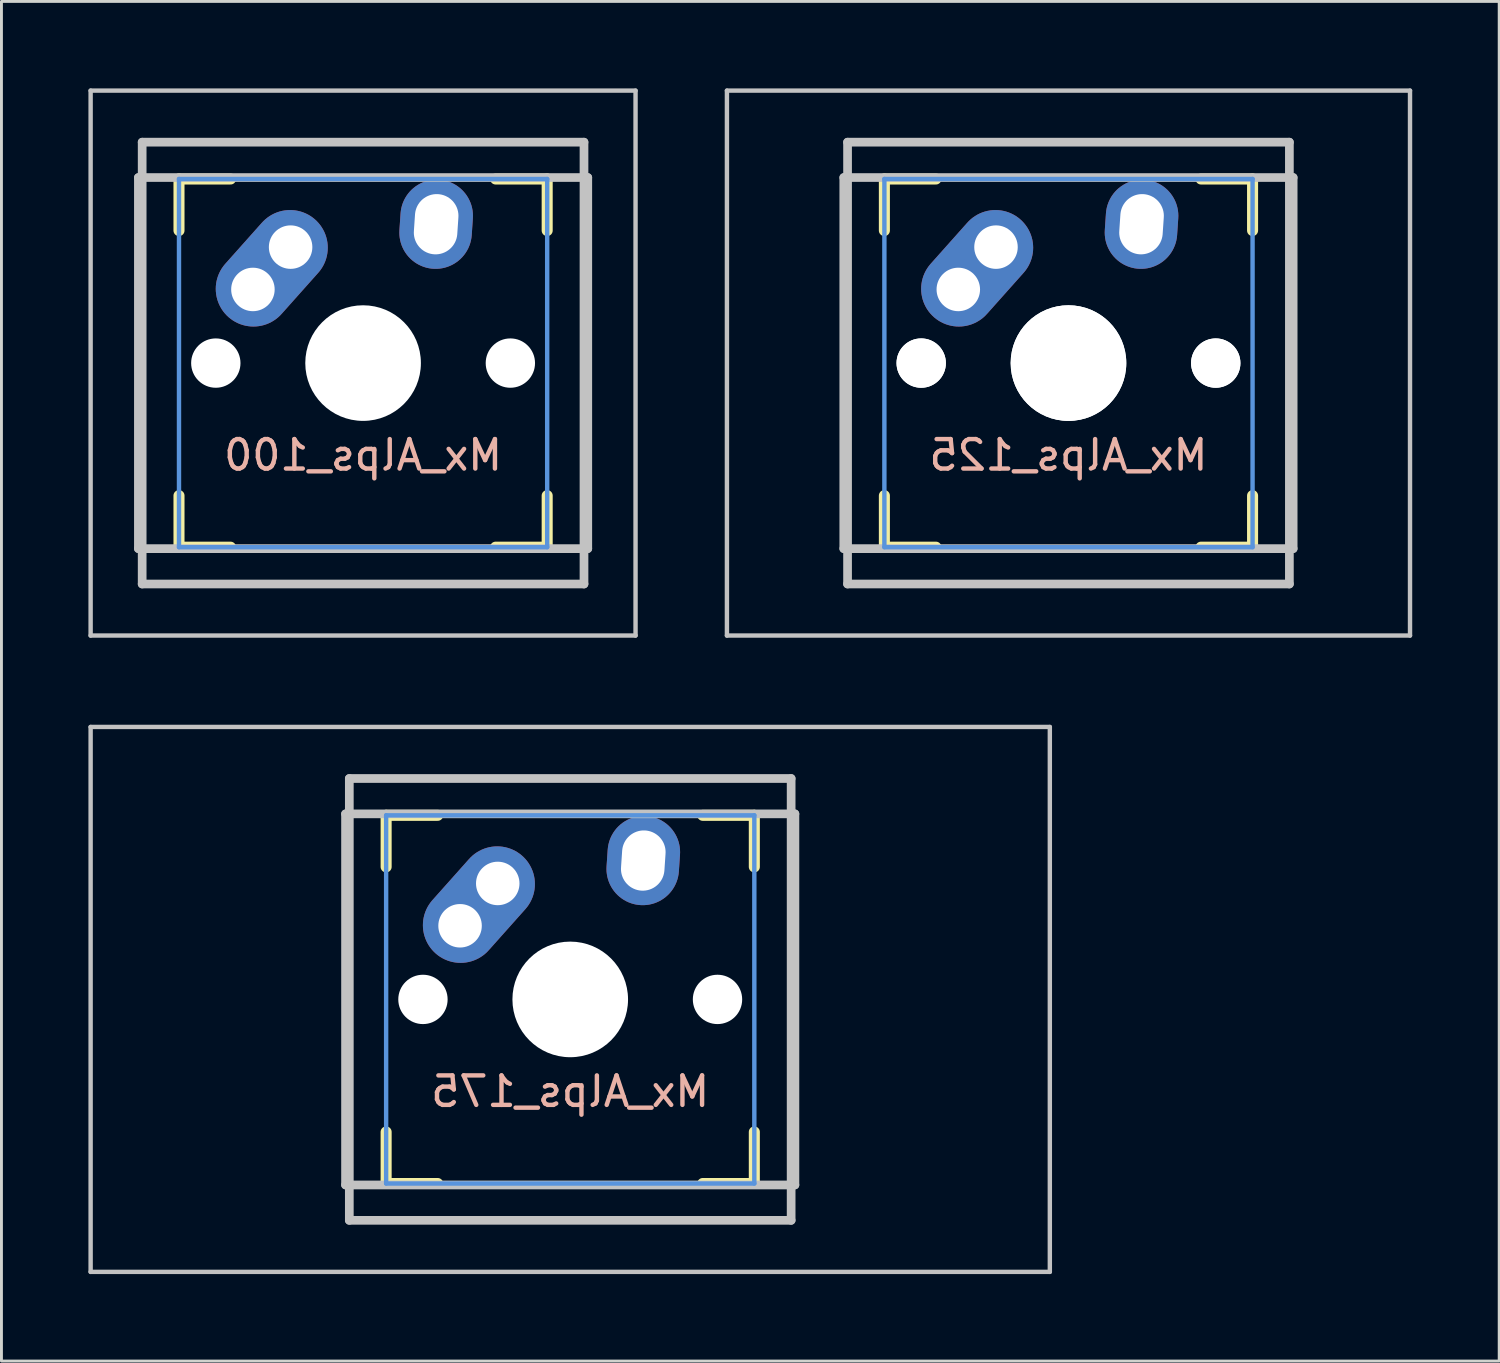
<source format=kicad_pcb>
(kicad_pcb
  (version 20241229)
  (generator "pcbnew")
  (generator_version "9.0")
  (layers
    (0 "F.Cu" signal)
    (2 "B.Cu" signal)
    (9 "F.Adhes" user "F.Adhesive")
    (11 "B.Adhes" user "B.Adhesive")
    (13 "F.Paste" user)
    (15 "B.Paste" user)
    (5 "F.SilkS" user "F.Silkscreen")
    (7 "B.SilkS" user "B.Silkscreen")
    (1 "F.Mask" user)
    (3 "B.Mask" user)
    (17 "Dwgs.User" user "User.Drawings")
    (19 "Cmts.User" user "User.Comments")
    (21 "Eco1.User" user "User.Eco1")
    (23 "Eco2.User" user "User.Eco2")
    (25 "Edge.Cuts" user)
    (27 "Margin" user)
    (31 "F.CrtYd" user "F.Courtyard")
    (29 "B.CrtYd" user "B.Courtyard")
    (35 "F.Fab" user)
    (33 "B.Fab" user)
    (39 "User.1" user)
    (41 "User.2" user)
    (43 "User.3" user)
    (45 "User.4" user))
  (footprint "Mx_Alps_175"
    (layer "F.Cu")
    (at 16.619 31.423)
    (property "Reference" "Mx_Alps_175" (at 0 3.175 0) (layer "B.SilkS") (effects (font (size 1.016 1.016) (thickness 0.152)) (justify mirror)))
    (attr through_hole)
    (fp_line (start -6.35 -6.35) (end -4.572 -6.35) (stroke (width 0.381) (type solid)) (layer "F.SilkS"))
    (fp_line (start -6.35 -4.572) (end -6.35 -6.35) (stroke (width 0.381) (type solid)) (layer "F.SilkS"))
    (fp_line (start -6.35 6.35) (end -6.35 4.572) (stroke (width 0.381) (type solid)) (layer "F.SilkS"))
    (fp_line (start -4.572 6.35) (end -6.35 6.35) (stroke (width 0.381) (type solid)) (layer "F.SilkS"))
    (fp_line (start 4.572 -6.35) (end 6.35 -6.35) (stroke (width 0.381) (type solid)) (layer "F.SilkS"))
    (fp_line (start 6.35 -6.35) (end 6.35 -4.572) (stroke (width 0.381) (type solid)) (layer "F.SilkS"))
    (fp_line (start 6.35 4.572) (end 6.35 6.35) (stroke (width 0.381) (type solid)) (layer "F.SilkS"))
    (fp_line (start 6.35 6.35) (end 4.572 6.35) (stroke (width 0.381) (type solid)) (layer "F.SilkS"))
    (fp_line (start -16.543 -9.398) (end 16.543 -9.398) (stroke (width 0.152) (type solid)) (layer "Dwgs.User"))
    (fp_line (start -16.543 9.398) (end -16.543 -9.398) (stroke (width 0.152) (type solid)) (layer "Dwgs.User"))
    (fp_line (start -7.75 6.4) (end -7.75 -6.4) (stroke (width 0.3) (type solid)) (layer "Dwgs.User"))
    (fp_line (start -7.75 6.4) (end 7.75 6.4) (stroke (width 0.3) (type solid)) (layer "Dwgs.User"))
    (fp_line (start -7.62 -7.62) (end 7.62 -7.62) (stroke (width 0.3) (type solid)) (layer "Dwgs.User"))
    (fp_line (start -7.62 7.62) (end -7.62 -7.62) (stroke (width 0.3) (type solid)) (layer "Dwgs.User"))
    (fp_line (start 7.62 -7.62) (end 7.62 7.62) (stroke (width 0.3) (type solid)) (layer "Dwgs.User"))
    (fp_line (start 7.62 7.62) (end -7.62 7.62) (stroke (width 0.3) (type solid)) (layer "Dwgs.User"))
    (fp_line (start 7.75 -6.4) (end -7.75 -6.4) (stroke (width 0.3) (type solid)) (layer "Dwgs.User"))
    (fp_line (start 7.75 6.4) (end 7.75 -6.4) (stroke (width 0.3) (type solid)) (layer "Dwgs.User"))
    (fp_line (start 16.543 -9.398) (end 16.543 9.398) (stroke (width 0.152) (type solid)) (layer "Dwgs.User"))
    (fp_line (start 16.543 9.398) (end -16.543 9.398) (stroke (width 0.152) (type solid)) (layer "Dwgs.User"))
    (fp_line (start -6.35 -6.35) (end 6.35 -6.35) (stroke (width 0.152) (type solid)) (layer "Cmts.User"))
    (fp_line (start -6.35 6.35) (end -6.35 -6.35) (stroke (width 0.152) (type solid)) (layer "Cmts.User"))
    (fp_line (start 6.35 -6.35) (end 6.35 6.35) (stroke (width 0.152) (type solid)) (layer "Cmts.User"))
    (fp_line (start 6.35 6.35) (end -6.35 6.35) (stroke (width 0.152) (type solid)) (layer "Cmts.User"))
    (fp_line (start -6.985 -6.985) (end 6.985 -6.985) (stroke (width 0.152) (type solid)) (layer "Eco2.User"))
    (fp_line (start -6.985 6.985) (end -6.985 -6.985) (stroke (width 0.152) (type solid)) (layer "Eco2.User"))
    (fp_line (start 6.985 -6.985) (end 6.985 6.985) (stroke (width 0.152) (type solid)) (layer "Eco2.User"))
    (fp_line (start 6.985 6.985) (end -6.985 6.985) (stroke (width 0.152) (type solid)) (layer "Eco2.User"))
    (pad "" np_thru_hole circle (at -5.08 0) (size 1.702 1.702) (drill 1.702) (layers "*.Cu"))
    (pad "" np_thru_hole circle (at 0 0) (size 3.988 3.988) (drill 3.988) (layers "*.Cu"))
    (pad "" np_thru_hole circle (at 5.08 0) (size 1.702 1.702) (drill 1.702) (layers "*.Cu"))
    (pad "1" thru_hole circle (at -3.8 -2.54) (size 2.377 2.377) (drill 1.5) (layers "*.Cu" "*.Mask"))
    (pad "1" smd oval (at -3.15 -3.27 48.3) (size 4.5 2.6) (layers "F.Cu" "F.Mask"))
    (pad "1" smd oval (at -3.15 -3.27 48.3) (size 4.5 2.6) (layers "B.Cu" "B.Mask"))
    (pad "1" thru_hole circle (at -2.5 -4) (size 2.377 2.377) (drill 1.5) (layers "*.Cu" "*.Mask"))
    (pad "2" thru_hole oval (at 2.52 -4.79 356.1) (size 2.5 3.08) (drill oval 1.5 2.08) (layers "*.Cu" "*.Mask")))
  (footprint "Mx_Alps_125"
    (layer "F.Cu")
    (at 33.805 9.474)
    (property "Reference" "Mx_Alps_125" (at 0 3.175 0) (layer "B.SilkS") (effects (font (size 1.016 1.016) (thickness 0.152)) (justify mirror)))
    (attr through_hole)
    (fp_line (start -6.35 -6.35) (end -4.572 -6.35) (stroke (width 0.381) (type solid)) (layer "F.SilkS"))
    (fp_line (start -6.35 -4.572) (end -6.35 -6.35) (stroke (width 0.381) (type solid)) (layer "F.SilkS"))
    (fp_line (start -6.35 6.35) (end -6.35 4.572) (stroke (width 0.381) (type solid)) (layer "F.SilkS"))
    (fp_line (start -4.572 6.35) (end -6.35 6.35) (stroke (width 0.381) (type solid)) (layer "F.SilkS"))
    (fp_line (start 4.572 -6.35) (end 6.35 -6.35) (stroke (width 0.381) (type solid)) (layer "F.SilkS"))
    (fp_line (start 6.35 -6.35) (end 6.35 -4.572) (stroke (width 0.381) (type solid)) (layer "F.SilkS"))
    (fp_line (start 6.35 4.572) (end 6.35 6.35) (stroke (width 0.381) (type solid)) (layer "F.SilkS"))
    (fp_line (start 6.35 6.35) (end 4.572 6.35) (stroke (width 0.381) (type solid)) (layer "F.SilkS"))
    (fp_line (start -11.781 -9.398) (end 11.781 -9.398) (stroke (width 0.152) (type solid)) (layer "Dwgs.User"))
    (fp_line (start -11.781 9.398) (end -11.781 -9.398) (stroke (width 0.152) (type solid)) (layer "Dwgs.User"))
    (fp_line (start -7.75 6.4) (end -7.75 -6.4) (stroke (width 0.3) (type solid)) (layer "Dwgs.User"))
    (fp_line (start -7.75 6.4) (end 7.75 6.4) (stroke (width 0.3) (type solid)) (layer "Dwgs.User"))
    (fp_line (start -7.62 -7.62) (end 7.62 -7.62) (stroke (width 0.3) (type solid)) (layer "Dwgs.User"))
    (fp_line (start -7.62 7.62) (end -7.62 -7.62) (stroke (width 0.3) (type solid)) (layer "Dwgs.User"))
    (fp_line (start 7.62 -7.62) (end 7.62 7.62) (stroke (width 0.3) (type solid)) (layer "Dwgs.User"))
    (fp_line (start 7.62 7.62) (end -7.62 7.62) (stroke (width 0.3) (type solid)) (layer "Dwgs.User"))
    (fp_line (start 7.75 -6.4) (end -7.75 -6.4) (stroke (width 0.3) (type solid)) (layer "Dwgs.User"))
    (fp_line (start 7.75 6.4) (end 7.75 -6.4) (stroke (width 0.3) (type solid)) (layer "Dwgs.User"))
    (fp_line (start 11.781 -9.398) (end 11.781 9.398) (stroke (width 0.152) (type solid)) (layer "Dwgs.User"))
    (fp_line (start 11.781 9.398) (end -11.781 9.398) (stroke (width 0.152) (type solid)) (layer "Dwgs.User"))
    (fp_line (start -6.35 -6.35) (end 6.35 -6.35) (stroke (width 0.152) (type solid)) (layer "Cmts.User"))
    (fp_line (start -6.35 6.35) (end -6.35 -6.35) (stroke (width 0.152) (type solid)) (layer "Cmts.User"))
    (fp_line (start 6.35 -6.35) (end 6.35 6.35) (stroke (width 0.152) (type solid)) (layer "Cmts.User"))
    (fp_line (start 6.35 6.35) (end -6.35 6.35) (stroke (width 0.152) (type solid)) (layer "Cmts.User"))
    (fp_line (start -6.985 -6.985) (end 6.985 -6.985) (stroke (width 0.152) (type solid)) (layer "Eco2.User"))
    (fp_line (start -6.985 6.985) (end -6.985 -6.985) (stroke (width 0.152) (type solid)) (layer "Eco2.User"))
    (fp_line (start 6.985 -6.985) (end 6.985 6.985) (stroke (width 0.152) (type solid)) (layer "Eco2.User"))
    (fp_line (start 6.985 6.985) (end -6.985 6.985) (stroke (width 0.152) (type solid)) (layer "Eco2.User"))
    (pad "" np_thru_hole circle (at -5.08 0) (size 1.702 1.702) (drill 1.702) (layers "*.Cu"))
    (pad "" np_thru_hole circle (at -5.08 0) (size 1.702 1.702) (drill 1.702) (layers "*.Cu"))
    (pad "" np_thru_hole circle (at 0 0) (size 3.988 3.988) (drill 3.988) (layers "*.Cu"))
    (pad "" np_thru_hole circle (at 0 0) (size 3.988 3.988) (drill 3.988) (layers "*.Cu"))
    (pad "" np_thru_hole circle (at 5.08 0) (size 1.702 1.702) (drill 1.702) (layers "*.Cu"))
    (pad "" np_thru_hole circle (at 5.08 0) (size 1.702 1.702) (drill 1.702) (layers "*.Cu"))
    (pad "1" thru_hole circle (at -3.8 -2.54) (size 2.377 2.377) (drill 1.5) (layers "*.Cu" "*.Mask"))
    (pad "1" smd oval (at -3.15 -3.27 48.3) (size 4.5 2.6) (layers "F.Cu" "F.Mask"))
    (pad "1" smd oval (at -3.15 -3.27 48.3) (size 4.5 2.6) (layers "B.Cu" "B.Mask"))
    (pad "1" thru_hole circle (at -2.5 -4) (size 2.377 2.377) (drill 1.5) (layers "*.Cu" "*.Mask"))
    (pad "2" thru_hole oval (at 2.52 -4.79 356.1) (size 2.5 3.08) (drill oval 1.5 2.08) (layers "*.Cu" "*.Mask")))
  (footprint "Mx_Alps_100"
    (layer "F.Cu")
    (at 9.474 9.474)
    (property "Reference" "Mx_Alps_100" (at 0 3.175 0) (layer "B.SilkS") (effects (font (size 1.016 1.016) (thickness 0.152)) (justify mirror)))
    (attr through_hole)
    (fp_line (start -6.35 -6.35) (end -4.572 -6.35) (stroke (width 0.381) (type solid)) (layer "F.SilkS"))
    (fp_line (start -6.35 -4.572) (end -6.35 -6.35) (stroke (width 0.381) (type solid)) (layer "F.SilkS"))
    (fp_line (start -6.35 6.35) (end -6.35 4.572) (stroke (width 0.381) (type solid)) (layer "F.SilkS"))
    (fp_line (start -4.572 6.35) (end -6.35 6.35) (stroke (width 0.381) (type solid)) (layer "F.SilkS"))
    (fp_line (start 4.572 -6.35) (end 6.35 -6.35) (stroke (width 0.381) (type solid)) (layer "F.SilkS"))
    (fp_line (start 6.35 -6.35) (end 6.35 -4.572) (stroke (width 0.381) (type solid)) (layer "F.SilkS"))
    (fp_line (start 6.35 4.572) (end 6.35 6.35) (stroke (width 0.381) (type solid)) (layer "F.SilkS"))
    (fp_line (start 6.35 6.35) (end 4.572 6.35) (stroke (width 0.381) (type solid)) (layer "F.SilkS"))
    (fp_line (start -9.398 -9.398) (end 9.398 -9.398) (stroke (width 0.152) (type solid)) (layer "Dwgs.User"))
    (fp_line (start -9.398 9.398) (end -9.398 -9.398) (stroke (width 0.152) (type solid)) (layer "Dwgs.User"))
    (fp_line (start -7.75 6.4) (end -7.75 -6.4) (stroke (width 0.3) (type solid)) (layer "Dwgs.User"))
    (fp_line (start -7.75 6.4) (end 7.75 6.4) (stroke (width 0.3) (type solid)) (layer "Dwgs.User"))
    (fp_line (start -7.62 -7.62) (end 7.62 -7.62) (stroke (width 0.3) (type solid)) (layer "Dwgs.User"))
    (fp_line (start -7.62 7.62) (end -7.62 -7.62) (stroke (width 0.3) (type solid)) (layer "Dwgs.User"))
    (fp_line (start 7.62 -7.62) (end 7.62 7.62) (stroke (width 0.3) (type solid)) (layer "Dwgs.User"))
    (fp_line (start 7.62 7.62) (end -7.62 7.62) (stroke (width 0.3) (type solid)) (layer "Dwgs.User"))
    (fp_line (start 7.75 -6.4) (end -7.75 -6.4) (stroke (width 0.3) (type solid)) (layer "Dwgs.User"))
    (fp_line (start 7.75 6.4) (end 7.75 -6.4) (stroke (width 0.3) (type solid)) (layer "Dwgs.User"))
    (fp_line (start 9.398 -9.398) (end 9.398 9.398) (stroke (width 0.152) (type solid)) (layer "Dwgs.User"))
    (fp_line (start 9.398 9.398) (end -9.398 9.398) (stroke (width 0.152) (type solid)) (layer "Dwgs.User"))
    (fp_line (start -6.35 -6.35) (end 6.35 -6.35) (stroke (width 0.152) (type solid)) (layer "Cmts.User"))
    (fp_line (start -6.35 6.35) (end -6.35 -6.35) (stroke (width 0.152) (type solid)) (layer "Cmts.User"))
    (fp_line (start 6.35 -6.35) (end 6.35 6.35) (stroke (width 0.152) (type solid)) (layer "Cmts.User"))
    (fp_line (start 6.35 6.35) (end -6.35 6.35) (stroke (width 0.152) (type solid)) (layer "Cmts.User"))
    (fp_line (start -6.985 -6.985) (end 6.985 -6.985) (stroke (width 0.152) (type solid)) (layer "Eco2.User"))
    (fp_line (start -6.985 6.985) (end -6.985 -6.985) (stroke (width 0.152) (type solid)) (layer "Eco2.User"))
    (fp_line (start 6.985 -6.985) (end 6.985 6.985) (stroke (width 0.152) (type solid)) (layer "Eco2.User"))
    (fp_line (start 6.985 6.985) (end -6.985 6.985) (stroke (width 0.152) (type solid)) (layer "Eco2.User"))
    (pad "" np_thru_hole circle (at -5.08 0) (size 1.702 1.702) (drill 1.702) (layers "*.Cu"))
    (pad "" np_thru_hole circle (at 0 0) (size 3.988 3.988) (drill 3.988) (layers "*.Cu"))
    (pad "" np_thru_hole circle (at 5.08 0) (size 1.702 1.702) (drill 1.702) (layers "*.Cu"))
    (pad "1" thru_hole circle (at -3.8 -2.54) (size 2.377 2.377) (drill 1.5) (layers "*.Cu" "*.Mask"))
    (pad "1" smd oval (at -3.15 -3.27 48.3) (size 4.5 2.6) (layers "F.Cu" "F.Mask"))
    (pad "1" smd oval (at -3.15 -3.27 48.3) (size 4.5 2.6) (layers "B.Cu" "B.Mask"))
    (pad "1" thru_hole circle (at -2.5 -4) (size 2.377 2.377) (drill 1.5) (layers "*.Cu" "*.Mask"))
    (pad "2" thru_hole oval (at 2.52 -4.79 356.1) (size 2.5 3.08) (drill oval 1.5 2.08) (layers "*.Cu" "*.Mask")))
  (gr_rect
    (start -3 -3)
    (end 48.662 43.897)
    (stroke (width 0.1) (type default))
    (fill no)
    (layer "Edge.Cuts")))
</source>
